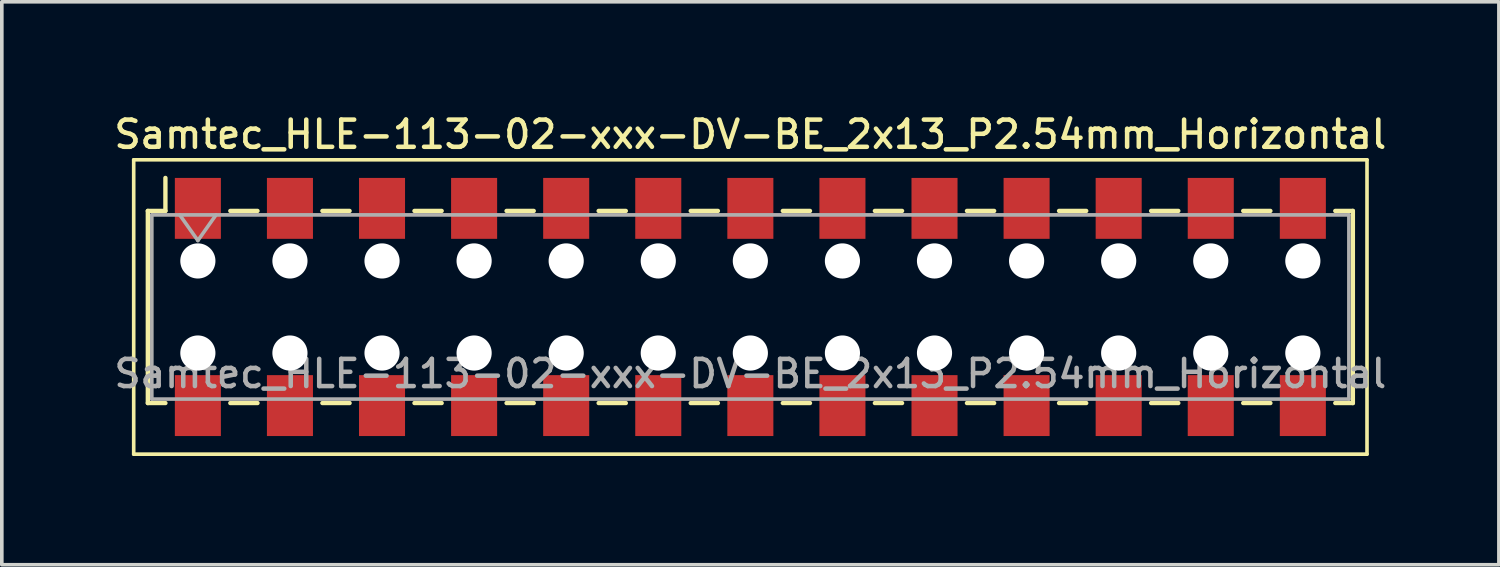
<source format=kicad_pcb>
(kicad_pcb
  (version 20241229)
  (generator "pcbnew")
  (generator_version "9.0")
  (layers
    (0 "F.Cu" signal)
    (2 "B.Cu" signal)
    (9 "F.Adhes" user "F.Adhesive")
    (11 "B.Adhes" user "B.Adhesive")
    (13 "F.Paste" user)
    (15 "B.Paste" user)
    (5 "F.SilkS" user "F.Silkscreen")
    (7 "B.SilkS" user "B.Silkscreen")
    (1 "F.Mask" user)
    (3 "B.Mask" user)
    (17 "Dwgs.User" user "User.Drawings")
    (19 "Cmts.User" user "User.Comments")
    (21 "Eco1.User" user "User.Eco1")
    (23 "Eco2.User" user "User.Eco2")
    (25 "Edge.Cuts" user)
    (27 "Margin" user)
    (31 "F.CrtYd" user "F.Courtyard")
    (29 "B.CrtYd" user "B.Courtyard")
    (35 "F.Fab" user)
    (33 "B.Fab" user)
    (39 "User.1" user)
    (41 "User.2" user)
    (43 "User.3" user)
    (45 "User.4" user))
  (footprint "Samtec_HLE-113-02-xxx-DV-BE_2x13_P2.54mm_Horizontal"
    (layer "F.Cu")
    (at 17.648 5.418)
    (property "Reference" "Samtec_HLE-113-02-xxx-DV-BE_2x13_P2.54mm_Horizontal" (at 0 -4.76 0) (layer "F.SilkS") (effects (font (size 0.75 0.75) (thickness 0.125))))
    (attr smd)
    (fp_line (start -17.01 -4.06) (end 17.01 -4.06) (stroke (width 0.1) (type solid)) (layer "F.SilkS"))
    (fp_line (start -17.01 4.06) (end -17.01 -4.06) (stroke (width 0.1) (type solid)) (layer "F.SilkS"))
    (fp_line (start -16.62 -2.65) (end -16.62 2.65) (stroke (width 0.12) (type solid)) (layer "F.SilkS"))
    (fp_line (start -16.62 2.65) (end -16.135 2.65) (stroke (width 0.12) (type solid)) (layer "F.SilkS"))
    (fp_line (start -16.135 -3.56) (end -16.135 -2.65) (stroke (width 0.12) (type solid)) (layer "F.SilkS"))
    (fp_line (start -16.135 -2.65) (end -16.62 -2.65) (stroke (width 0.12) (type solid)) (layer "F.SilkS"))
    (fp_line (start -14.345 -2.65) (end -13.595 -2.65) (stroke (width 0.12) (type solid)) (layer "F.SilkS"))
    (fp_line (start -14.345 2.65) (end -13.595 2.65) (stroke (width 0.12) (type solid)) (layer "F.SilkS"))
    (fp_line (start -11.805 -2.65) (end -11.055 -2.65) (stroke (width 0.12) (type solid)) (layer "F.SilkS"))
    (fp_line (start -11.805 2.65) (end -11.055 2.65) (stroke (width 0.12) (type solid)) (layer "F.SilkS"))
    (fp_line (start -9.265 -2.65) (end -8.515 -2.65) (stroke (width 0.12) (type solid)) (layer "F.SilkS"))
    (fp_line (start -9.265 2.65) (end -8.515 2.65) (stroke (width 0.12) (type solid)) (layer "F.SilkS"))
    (fp_line (start -6.725 -2.65) (end -5.975 -2.65) (stroke (width 0.12) (type solid)) (layer "F.SilkS"))
    (fp_line (start -6.725 2.65) (end -5.975 2.65) (stroke (width 0.12) (type solid)) (layer "F.SilkS"))
    (fp_line (start -4.185 -2.65) (end -3.435 -2.65) (stroke (width 0.12) (type solid)) (layer "F.SilkS"))
    (fp_line (start -4.185 2.65) (end -3.435 2.65) (stroke (width 0.12) (type solid)) (layer "F.SilkS"))
    (fp_line (start -1.645 -2.65) (end -0.895 -2.65) (stroke (width 0.12) (type solid)) (layer "F.SilkS"))
    (fp_line (start -1.645 2.65) (end -0.895 2.65) (stroke (width 0.12) (type solid)) (layer "F.SilkS"))
    (fp_line (start 0.895 -2.65) (end 1.645 -2.65) (stroke (width 0.12) (type solid)) (layer "F.SilkS"))
    (fp_line (start 0.895 2.65) (end 1.645 2.65) (stroke (width 0.12) (type solid)) (layer "F.SilkS"))
    (fp_line (start 3.435 -2.65) (end 4.185 -2.65) (stroke (width 0.12) (type solid)) (layer "F.SilkS"))
    (fp_line (start 3.435 2.65) (end 4.185 2.65) (stroke (width 0.12) (type solid)) (layer "F.SilkS"))
    (fp_line (start 5.975 -2.65) (end 6.725 -2.65) (stroke (width 0.12) (type solid)) (layer "F.SilkS"))
    (fp_line (start 5.975 2.65) (end 6.725 2.65) (stroke (width 0.12) (type solid)) (layer "F.SilkS"))
    (fp_line (start 8.515 -2.65) (end 9.265 -2.65) (stroke (width 0.12) (type solid)) (layer "F.SilkS"))
    (fp_line (start 8.515 2.65) (end 9.265 2.65) (stroke (width 0.12) (type solid)) (layer "F.SilkS"))
    (fp_line (start 11.055 -2.65) (end 11.805 -2.65) (stroke (width 0.12) (type solid)) (layer "F.SilkS"))
    (fp_line (start 11.055 2.65) (end 11.805 2.65) (stroke (width 0.12) (type solid)) (layer "F.SilkS"))
    (fp_line (start 13.595 -2.65) (end 14.345 -2.65) (stroke (width 0.12) (type solid)) (layer "F.SilkS"))
    (fp_line (start 13.595 2.65) (end 14.345 2.65) (stroke (width 0.12) (type solid)) (layer "F.SilkS"))
    (fp_line (start 16.135 -2.65) (end 16.62 -2.65) (stroke (width 0.12) (type solid)) (layer "F.SilkS"))
    (fp_line (start 16.62 -2.65) (end 16.62 2.65) (stroke (width 0.12) (type solid)) (layer "F.SilkS"))
    (fp_line (start 16.62 2.65) (end 16.135 2.65) (stroke (width 0.12) (type solid)) (layer "F.SilkS"))
    (fp_line (start 17.01 -4.06) (end 17.01 4.06) (stroke (width 0.1) (type solid)) (layer "F.SilkS"))
    (fp_line (start 17.01 4.06) (end -17.01 4.06) (stroke (width 0.1) (type solid)) (layer "F.SilkS"))
    (fp_line (start -16.51 -2.54) (end 16.51 -2.54) (stroke (width 0.1) (type solid)) (layer "F.Fab"))
    (fp_line (start -16.51 2.54) (end -16.51 -2.54) (stroke (width 0.1) (type solid)) (layer "F.Fab"))
    (fp_line (start -15.74 -2.54) (end -15.24 -1.833) (stroke (width 0.1) (type solid)) (layer "F.Fab"))
    (fp_line (start -15.24 -1.833) (end -14.74 -2.54) (stroke (width 0.1) (type solid)) (layer "F.Fab"))
    (fp_line (start 16.51 -2.54) (end 16.51 2.54) (stroke (width 0.1) (type solid)) (layer "F.Fab"))
    (fp_line (start 16.51 2.54) (end -16.51 2.54) (stroke (width 0.1) (type solid)) (layer "F.Fab"))
    (fp_text user "${REFERENCE}" (at 0 1.84 0) (layer "F.Fab") (effects (font (size 0.75 0.75) (thickness 0.125))))
    (pad "" np_thru_hole circle (at -15.24 -1.27) (size 0.97 0.97) (drill 0.97) (layers "*.Cu" "*.Mask"))
    (pad "" np_thru_hole circle (at -15.24 1.27) (size 0.97 0.97) (drill 0.97) (layers "*.Cu" "*.Mask"))
    (pad "" np_thru_hole circle (at -12.7 -1.27) (size 0.97 0.97) (drill 0.97) (layers "*.Cu" "*.Mask"))
    (pad "" np_thru_hole circle (at -12.7 1.27) (size 0.97 0.97) (drill 0.97) (layers "*.Cu" "*.Mask"))
    (pad "" np_thru_hole circle (at -10.16 -1.27) (size 0.97 0.97) (drill 0.97) (layers "*.Cu" "*.Mask"))
    (pad "" np_thru_hole circle (at -10.16 1.27) (size 0.97 0.97) (drill 0.97) (layers "*.Cu" "*.Mask"))
    (pad "" np_thru_hole circle (at -7.62 -1.27) (size 0.97 0.97) (drill 0.97) (layers "*.Cu" "*.Mask"))
    (pad "" np_thru_hole circle (at -7.62 1.27) (size 0.97 0.97) (drill 0.97) (layers "*.Cu" "*.Mask"))
    (pad "" np_thru_hole circle (at -5.08 -1.27) (size 0.97 0.97) (drill 0.97) (layers "*.Cu" "*.Mask"))
    (pad "" np_thru_hole circle (at -5.08 1.27) (size 0.97 0.97) (drill 0.97) (layers "*.Cu" "*.Mask"))
    (pad "" np_thru_hole circle (at -2.54 -1.27) (size 0.97 0.97) (drill 0.97) (layers "*.Cu" "*.Mask"))
    (pad "" np_thru_hole circle (at -2.54 1.27) (size 0.97 0.97) (drill 0.97) (layers "*.Cu" "*.Mask"))
    (pad "" np_thru_hole circle (at 0 -1.27) (size 0.97 0.97) (drill 0.97) (layers "*.Cu" "*.Mask"))
    (pad "" np_thru_hole circle (at 0 1.27) (size 0.97 0.97) (drill 0.97) (layers "*.Cu" "*.Mask"))
    (pad "" np_thru_hole circle (at 2.54 -1.27) (size 0.97 0.97) (drill 0.97) (layers "*.Cu" "*.Mask"))
    (pad "" np_thru_hole circle (at 2.54 1.27) (size 0.97 0.97) (drill 0.97) (layers "*.Cu" "*.Mask"))
    (pad "" np_thru_hole circle (at 5.08 -1.27) (size 0.97 0.97) (drill 0.97) (layers "*.Cu" "*.Mask"))
    (pad "" np_thru_hole circle (at 5.08 1.27) (size 0.97 0.97) (drill 0.97) (layers "*.Cu" "*.Mask"))
    (pad "" np_thru_hole circle (at 7.62 -1.27) (size 0.97 0.97) (drill 0.97) (layers "*.Cu" "*.Mask"))
    (pad "" np_thru_hole circle (at 7.62 1.27) (size 0.97 0.97) (drill 0.97) (layers "*.Cu" "*.Mask"))
    (pad "" np_thru_hole circle (at 10.16 -1.27) (size 0.97 0.97) (drill 0.97) (layers "*.Cu" "*.Mask"))
    (pad "" np_thru_hole circle (at 10.16 1.27) (size 0.97 0.97) (drill 0.97) (layers "*.Cu" "*.Mask"))
    (pad "" np_thru_hole circle (at 12.7 -1.27) (size 0.97 0.97) (drill 0.97) (layers "*.Cu" "*.Mask"))
    (pad "" np_thru_hole circle (at 12.7 1.27) (size 0.97 0.97) (drill 0.97) (layers "*.Cu" "*.Mask"))
    (pad "" np_thru_hole circle (at 15.24 -1.27) (size 0.97 0.97) (drill 0.97) (layers "*.Cu" "*.Mask"))
    (pad "" np_thru_hole circle (at 15.24 1.27) (size 0.97 0.97) (drill 0.97) (layers "*.Cu" "*.Mask"))
    (pad "1" smd rect (at -15.24 -2.72) (size 1.27 1.68) (layers "F.Cu" "F.Mask" "F.Paste"))
    (pad "2" smd rect (at -15.24 2.72) (size 1.27 1.68) (layers "F.Cu" "F.Mask" "F.Paste"))
    (pad "3" smd rect (at -12.7 -2.72) (size 1.27 1.68) (layers "F.Cu" "F.Mask" "F.Paste"))
    (pad "4" smd rect (at -12.7 2.72) (size 1.27 1.68) (layers "F.Cu" "F.Mask" "F.Paste"))
    (pad "5" smd rect (at -10.16 -2.72) (size 1.27 1.68) (layers "F.Cu" "F.Mask" "F.Paste"))
    (pad "6" smd rect (at -10.16 2.72) (size 1.27 1.68) (layers "F.Cu" "F.Mask" "F.Paste"))
    (pad "7" smd rect (at -7.62 -2.72) (size 1.27 1.68) (layers "F.Cu" "F.Mask" "F.Paste"))
    (pad "8" smd rect (at -7.62 2.72) (size 1.27 1.68) (layers "F.Cu" "F.Mask" "F.Paste"))
    (pad "9" smd rect (at -5.08 -2.72) (size 1.27 1.68) (layers "F.Cu" "F.Mask" "F.Paste"))
    (pad "10" smd rect (at -5.08 2.72) (size 1.27 1.68) (layers "F.Cu" "F.Mask" "F.Paste"))
    (pad "11" smd rect (at -2.54 -2.72) (size 1.27 1.68) (layers "F.Cu" "F.Mask" "F.Paste"))
    (pad "12" smd rect (at -2.54 2.72) (size 1.27 1.68) (layers "F.Cu" "F.Mask" "F.Paste"))
    (pad "13" smd rect (at 0 -2.72) (size 1.27 1.68) (layers "F.Cu" "F.Mask" "F.Paste"))
    (pad "14" smd rect (at 0 2.72) (size 1.27 1.68) (layers "F.Cu" "F.Mask" "F.Paste"))
    (pad "15" smd rect (at 2.54 -2.72) (size 1.27 1.68) (layers "F.Cu" "F.Mask" "F.Paste"))
    (pad "16" smd rect (at 2.54 2.72) (size 1.27 1.68) (layers "F.Cu" "F.Mask" "F.Paste"))
    (pad "17" smd rect (at 5.08 -2.72) (size 1.27 1.68) (layers "F.Cu" "F.Mask" "F.Paste"))
    (pad "18" smd rect (at 5.08 2.72) (size 1.27 1.68) (layers "F.Cu" "F.Mask" "F.Paste"))
    (pad "19" smd rect (at 7.62 -2.72) (size 1.27 1.68) (layers "F.Cu" "F.Mask" "F.Paste"))
    (pad "20" smd rect (at 7.62 2.72) (size 1.27 1.68) (layers "F.Cu" "F.Mask" "F.Paste"))
    (pad "21" smd rect (at 10.16 -2.72) (size 1.27 1.68) (layers "F.Cu" "F.Mask" "F.Paste"))
    (pad "22" smd rect (at 10.16 2.72) (size 1.27 1.68) (layers "F.Cu" "F.Mask" "F.Paste"))
    (pad "23" smd rect (at 12.7 -2.72) (size 1.27 1.68) (layers "F.Cu" "F.Mask" "F.Paste"))
    (pad "24" smd rect (at 12.7 2.72) (size 1.27 1.68) (layers "F.Cu" "F.Mask" "F.Paste"))
    (pad "25" smd rect (at 15.24 -2.72) (size 1.27 1.68) (layers "F.Cu" "F.Mask" "F.Paste"))
    (pad "26" smd rect (at 15.24 2.72) (size 1.27 1.68) (layers "F.Cu" "F.Mask" "F.Paste")))
  (gr_rect
    (start -3 -3)
    (end 38.296 12.528)
    (stroke (width 0.1) (type default))
    (fill no)
    (layer "Edge.Cuts")))
</source>
